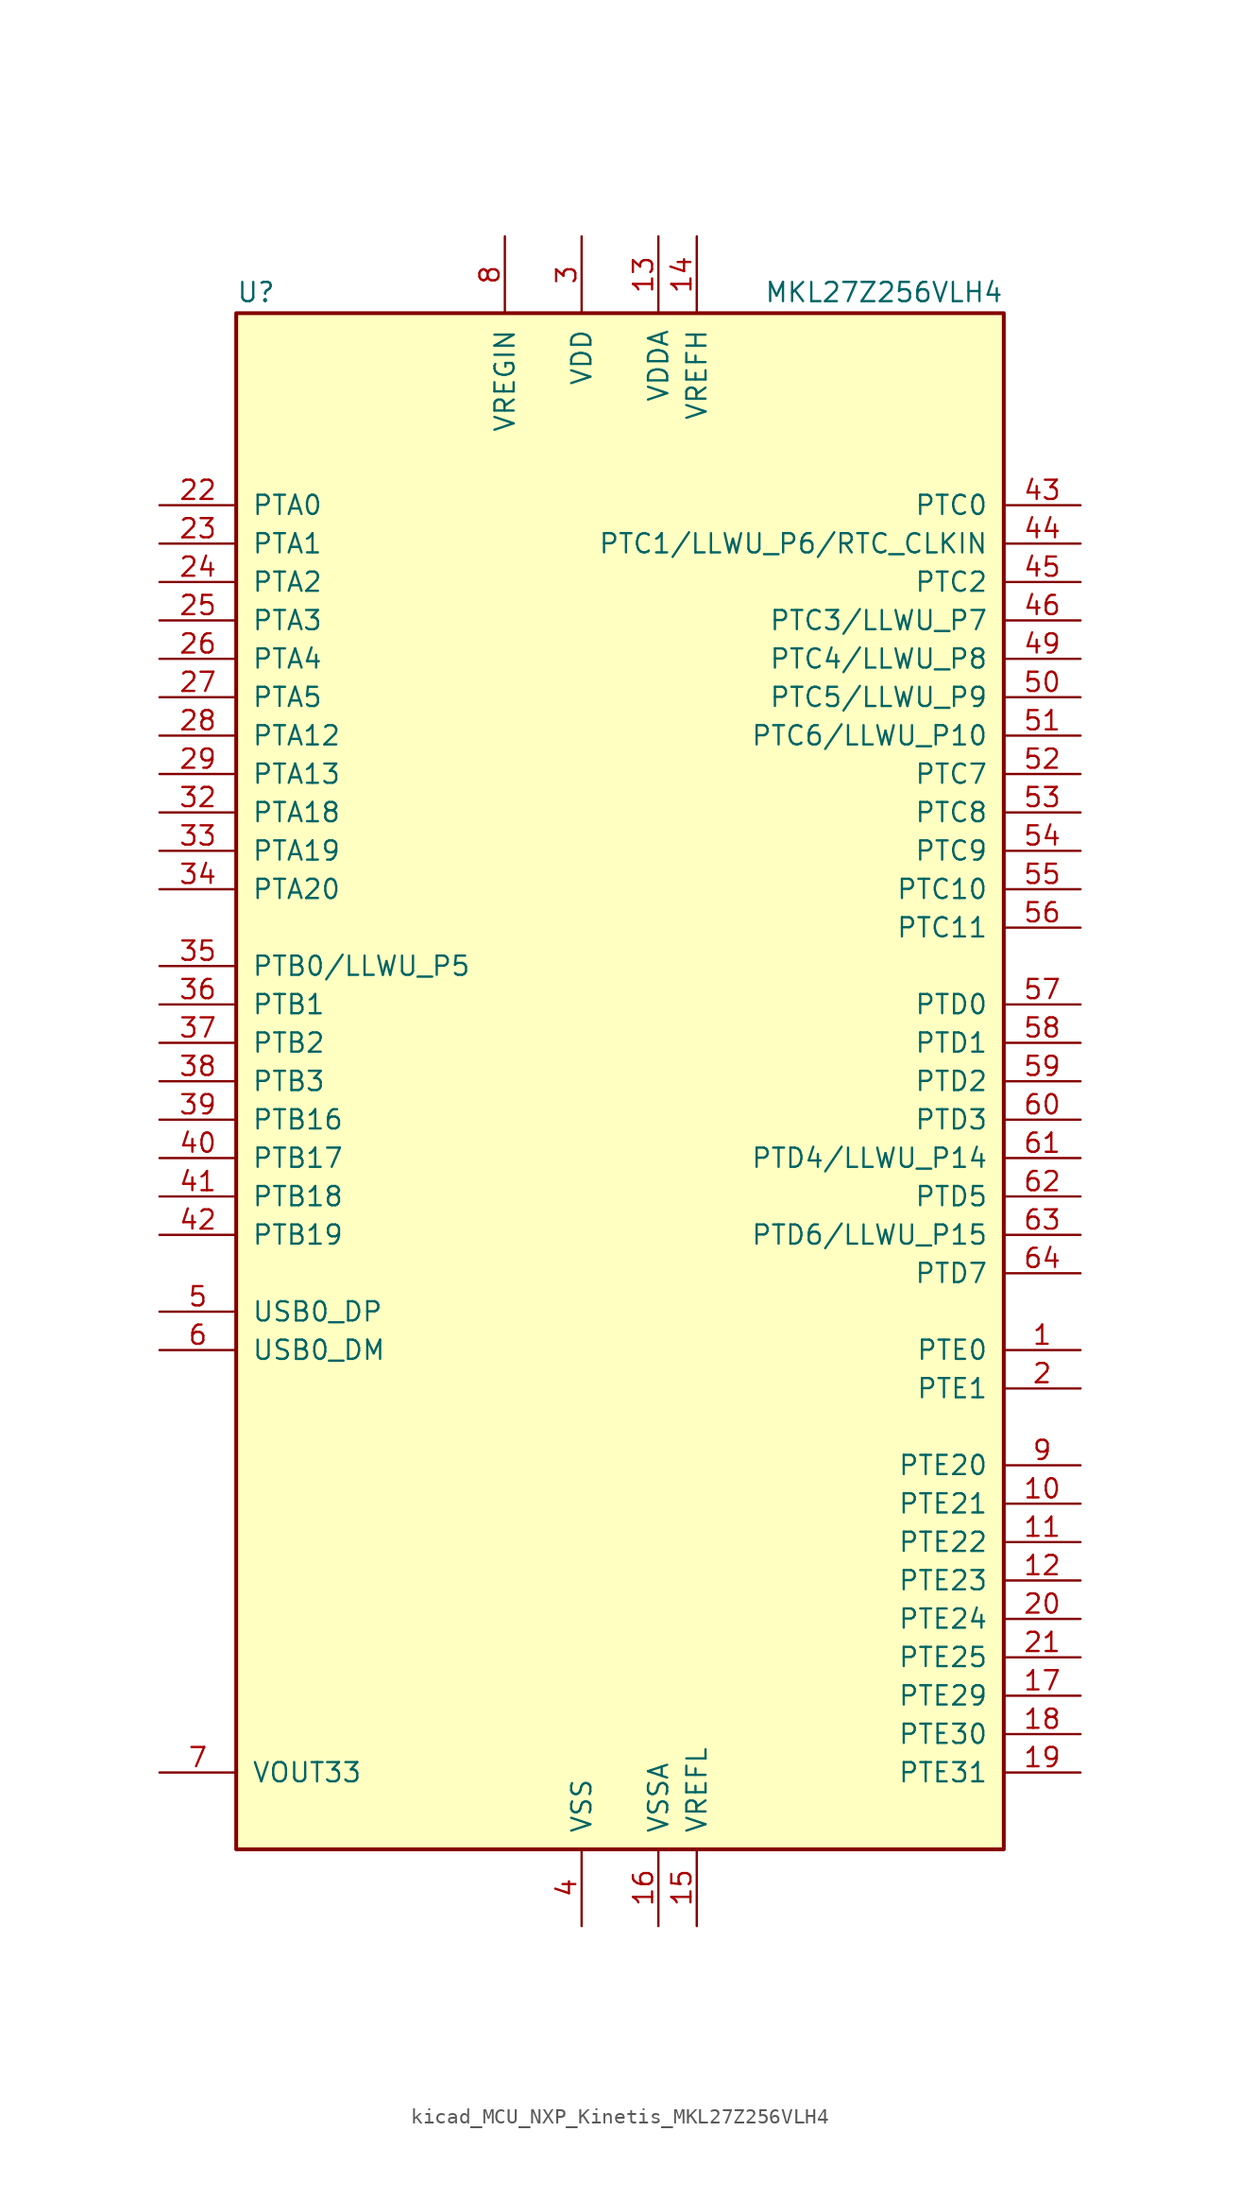
<source format=kicad_sym>
(kicad_symbol_lib
  (version 20220914)
  (generator kicad_symbol_editor)
  (symbol "kicad_MCU_NXP_Kinetis_MKL27Z256VLH4"
    (pin_names
      (offset 1.016))
    (property "Reference" "U"
      (at -25.4 51.435 0)
      (effects (font (size 1.27 1.27)) (justify left bottom)))
    (property "Value" "MKL27Z256VLH4"
      (at 25.4 51.435 0)
      (effects (font (size 1.27 1.27)) (justify right bottom)))
    (symbol "kicad_MCU_NXP_Kinetis_MKL27Z256VLH4_0_1"
      (rectangle (start -25.4 50.8) (end 25.4 -50.8) (stroke (width 0.254) (type default)) (fill (type background))))
    (symbol "kicad_MCU_NXP_Kinetis_MKL27Z256VLH4_1_1"
      (pin bidirectional line (at 30.48 -17.78 180) (length 5.08) (name "PTE0" (effects (font (size 1.27 1.27)))) (number "1" (effects (font (size 1.27 1.27)))))
      (pin bidirectional line (at 30.48 -27.94 180) (length 5.08) (name "PTE21" (effects (font (size 1.27 1.27)))) (number "10" (effects (font (size 1.27 1.27)))))
      (pin bidirectional line (at 30.48 -30.48 180) (length 5.08) (name "PTE22" (effects (font (size 1.27 1.27)))) (number "11" (effects (font (size 1.27 1.27)))))
      (pin bidirectional line (at 30.48 -33.02 180) (length 5.08) (name "PTE23" (effects (font (size 1.27 1.27)))) (number "12" (effects (font (size 1.27 1.27)))))
      (pin power_in line (at 2.54 55.88 270) (length 5.08) (name "VDDA" (effects (font (size 1.27 1.27)))) (number "13" (effects (font (size 1.27 1.27)))))
      (pin power_in line (at 5.08 55.88 270) (length 5.08) (name "VREFH" (effects (font (size 1.27 1.27)))) (number "14" (effects (font (size 1.27 1.27)))))
      (pin power_in line (at 5.08 -55.88 90) (length 5.08) (name "VREFL" (effects (font (size 1.27 1.27)))) (number "15" (effects (font (size 1.27 1.27)))))
      (pin power_in line (at 2.54 -55.88 90) (length 5.08) (name "VSSA" (effects (font (size 1.27 1.27)))) (number "16" (effects (font (size 1.27 1.27)))))
      (pin bidirectional line (at 30.48 -40.64 180) (length 5.08) (name "PTE29" (effects (font (size 1.27 1.27)))) (number "17" (effects (font (size 1.27 1.27)))))
      (pin bidirectional line (at 30.48 -43.18 180) (length 5.08) (name "PTE30" (effects (font (size 1.27 1.27)))) (number "18" (effects (font (size 1.27 1.27)))))
      (pin bidirectional line (at 30.48 -45.72 180) (length 5.08) (name "PTE31" (effects (font (size 1.27 1.27)))) (number "19" (effects (font (size 1.27 1.27)))))
      (pin bidirectional line (at 30.48 -20.32 180) (length 5.08) (name "PTE1" (effects (font (size 1.27 1.27)))) (number "2" (effects (font (size 1.27 1.27)))))
      (pin bidirectional line (at 30.48 -35.56 180) (length 5.08) (name "PTE24" (effects (font (size 1.27 1.27)))) (number "20" (effects (font (size 1.27 1.27)))))
      (pin bidirectional line (at 30.48 -38.1 180) (length 5.08) (name "PTE25" (effects (font (size 1.27 1.27)))) (number "21" (effects (font (size 1.27 1.27)))))
      (pin bidirectional line (at -30.48 38.1 0) (length 5.08) (name "PTA0" (effects (font (size 1.27 1.27)))) (number "22" (effects (font (size 1.27 1.27)))))
      (pin bidirectional line (at -30.48 35.56 0) (length 5.08) (name "PTA1" (effects (font (size 1.27 1.27)))) (number "23" (effects (font (size 1.27 1.27)))))
      (pin bidirectional line (at -30.48 33.02 0) (length 5.08) (name "PTA2" (effects (font (size 1.27 1.27)))) (number "24" (effects (font (size 1.27 1.27)))))
      (pin bidirectional line (at -30.48 30.48 0) (length 5.08) (name "PTA3" (effects (font (size 1.27 1.27)))) (number "25" (effects (font (size 1.27 1.27)))))
      (pin bidirectional line (at -30.48 27.94 0) (length 5.08) (name "PTA4" (effects (font (size 1.27 1.27)))) (number "26" (effects (font (size 1.27 1.27)))))
      (pin bidirectional line (at -30.48 25.4 0) (length 5.08) (name "PTA5" (effects (font (size 1.27 1.27)))) (number "27" (effects (font (size 1.27 1.27)))))
      (pin bidirectional line (at -30.48 22.86 0) (length 5.08) (name "PTA12" (effects (font (size 1.27 1.27)))) (number "28" (effects (font (size 1.27 1.27)))))
      (pin bidirectional line (at -30.48 20.32 0) (length 5.08) (name "PTA13" (effects (font (size 1.27 1.27)))) (number "29" (effects (font (size 1.27 1.27)))))
      (pin power_in line (at -2.54 55.88 270) (length 5.08) (name "VDD" (effects (font (size 1.27 1.27)))) (number "3" (effects (font (size 1.27 1.27)))))
      (pin passive line (at -2.54 55.88 270) (length 5.08) hide (name "VDD" (effects (font (size 1.27 1.27)))) (number "30" (effects (font (size 1.27 1.27)))))
      (pin passive line (at -2.54 -55.88 90) (length 5.08) hide (name "VSS" (effects (font (size 1.27 1.27)))) (number "31" (effects (font (size 1.27 1.27)))))
      (pin bidirectional line (at -30.48 17.78 0) (length 5.08) (name "PTA18" (effects (font (size 1.27 1.27)))) (number "32" (effects (font (size 1.27 1.27)))))
      (pin bidirectional line (at -30.48 15.24 0) (length 5.08) (name "PTA19" (effects (font (size 1.27 1.27)))) (number "33" (effects (font (size 1.27 1.27)))))
      (pin bidirectional line (at -30.48 12.7 0) (length 5.08) (name "PTA20" (effects (font (size 1.27 1.27)))) (number "34" (effects (font (size 1.27 1.27)))))
      (pin bidirectional line (at -30.48 7.62 0) (length 5.08) (name "PTB0/LLWU_P5" (effects (font (size 1.27 1.27)))) (number "35" (effects (font (size 1.27 1.27)))))
      (pin bidirectional line (at -30.48 5.08 0) (length 5.08) (name "PTB1" (effects (font (size 1.27 1.27)))) (number "36" (effects (font (size 1.27 1.27)))))
      (pin bidirectional line (at -30.48 2.54 0) (length 5.08) (name "PTB2" (effects (font (size 1.27 1.27)))) (number "37" (effects (font (size 1.27 1.27)))))
      (pin bidirectional line (at -30.48 0 0) (length 5.08) (name "PTB3" (effects (font (size 1.27 1.27)))) (number "38" (effects (font (size 1.27 1.27)))))
      (pin bidirectional line (at -30.48 -2.54 0) (length 5.08) (name "PTB16" (effects (font (size 1.27 1.27)))) (number "39" (effects (font (size 1.27 1.27)))))
      (pin power_in line (at -2.54 -55.88 90) (length 5.08) (name "VSS" (effects (font (size 1.27 1.27)))) (number "4" (effects (font (size 1.27 1.27)))))
      (pin bidirectional line (at -30.48 -5.08 0) (length 5.08) (name "PTB17" (effects (font (size 1.27 1.27)))) (number "40" (effects (font (size 1.27 1.27)))))
      (pin bidirectional line (at -30.48 -7.62 0) (length 5.08) (name "PTB18" (effects (font (size 1.27 1.27)))) (number "41" (effects (font (size 1.27 1.27)))))
      (pin bidirectional line (at -30.48 -10.16 0) (length 5.08) (name "PTB19" (effects (font (size 1.27 1.27)))) (number "42" (effects (font (size 1.27 1.27)))))
      (pin bidirectional line (at 30.48 38.1 180) (length 5.08) (name "PTC0" (effects (font (size 1.27 1.27)))) (number "43" (effects (font (size 1.27 1.27)))))
      (pin bidirectional line (at 30.48 35.56 180) (length 5.08) (name "PTC1/LLWU_P6/RTC_CLKIN" (effects (font (size 1.27 1.27)))) (number "44" (effects (font (size 1.27 1.27)))))
      (pin bidirectional line (at 30.48 33.02 180) (length 5.08) (name "PTC2" (effects (font (size 1.27 1.27)))) (number "45" (effects (font (size 1.27 1.27)))))
      (pin bidirectional line (at 30.48 30.48 180) (length 5.08) (name "PTC3/LLWU_P7" (effects (font (size 1.27 1.27)))) (number "46" (effects (font (size 1.27 1.27)))))
      (pin passive line (at -2.54 -55.88 90) (length 5.08) hide (name "VSS" (effects (font (size 1.27 1.27)))) (number "47" (effects (font (size 1.27 1.27)))))
      (pin passive line (at -2.54 55.88 270) (length 5.08) hide (name "VDD" (effects (font (size 1.27 1.27)))) (number "48" (effects (font (size 1.27 1.27)))))
      (pin bidirectional line (at 30.48 27.94 180) (length 5.08) (name "PTC4/LLWU_P8" (effects (font (size 1.27 1.27)))) (number "49" (effects (font (size 1.27 1.27)))))
      (pin bidirectional line (at -30.48 -15.24 0) (length 5.08) (name "USB0_DP" (effects (font (size 1.27 1.27)))) (number "5" (effects (font (size 1.27 1.27)))))
      (pin bidirectional line (at 30.48 25.4 180) (length 5.08) (name "PTC5/LLWU_P9" (effects (font (size 1.27 1.27)))) (number "50" (effects (font (size 1.27 1.27)))))
      (pin bidirectional line (at 30.48 22.86 180) (length 5.08) (name "PTC6/LLWU_P10" (effects (font (size 1.27 1.27)))) (number "51" (effects (font (size 1.27 1.27)))))
      (pin bidirectional line (at 30.48 20.32 180) (length 5.08) (name "PTC7" (effects (font (size 1.27 1.27)))) (number "52" (effects (font (size 1.27 1.27)))))
      (pin bidirectional line (at 30.48 17.78 180) (length 5.08) (name "PTC8" (effects (font (size 1.27 1.27)))) (number "53" (effects (font (size 1.27 1.27)))))
      (pin bidirectional line (at 30.48 15.24 180) (length 5.08) (name "PTC9" (effects (font (size 1.27 1.27)))) (number "54" (effects (font (size 1.27 1.27)))))
      (pin bidirectional line (at 30.48 12.7 180) (length 5.08) (name "PTC10" (effects (font (size 1.27 1.27)))) (number "55" (effects (font (size 1.27 1.27)))))
      (pin bidirectional line (at 30.48 10.16 180) (length 5.08) (name "PTC11" (effects (font (size 1.27 1.27)))) (number "56" (effects (font (size 1.27 1.27)))))
      (pin bidirectional line (at 30.48 5.08 180) (length 5.08) (name "PTD0" (effects (font (size 1.27 1.27)))) (number "57" (effects (font (size 1.27 1.27)))))
      (pin bidirectional line (at 30.48 2.54 180) (length 5.08) (name "PTD1" (effects (font (size 1.27 1.27)))) (number "58" (effects (font (size 1.27 1.27)))))
      (pin bidirectional line (at 30.48 0 180) (length 5.08) (name "PTD2" (effects (font (size 1.27 1.27)))) (number "59" (effects (font (size 1.27 1.27)))))
      (pin bidirectional line (at -30.48 -17.78 0) (length 5.08) (name "USB0_DM" (effects (font (size 1.27 1.27)))) (number "6" (effects (font (size 1.27 1.27)))))
      (pin bidirectional line (at 30.48 -2.54 180) (length 5.08) (name "PTD3" (effects (font (size 1.27 1.27)))) (number "60" (effects (font (size 1.27 1.27)))))
      (pin bidirectional line (at 30.48 -5.08 180) (length 5.08) (name "PTD4/LLWU_P14" (effects (font (size 1.27 1.27)))) (number "61" (effects (font (size 1.27 1.27)))))
      (pin bidirectional line (at 30.48 -7.62 180) (length 5.08) (name "PTD5" (effects (font (size 1.27 1.27)))) (number "62" (effects (font (size 1.27 1.27)))))
      (pin bidirectional line (at 30.48 -10.16 180) (length 5.08) (name "PTD6/LLWU_P15" (effects (font (size 1.27 1.27)))) (number "63" (effects (font (size 1.27 1.27)))))
      (pin bidirectional line (at 30.48 -12.7 180) (length 5.08) (name "PTD7" (effects (font (size 1.27 1.27)))) (number "64" (effects (font (size 1.27 1.27)))))
      (pin power_out line (at -30.48 -45.72 0) (length 5.08) (name "VOUT33" (effects (font (size 1.27 1.27)))) (number "7" (effects (font (size 1.27 1.27)))))
      (pin power_in line (at -7.62 55.88 270) (length 5.08) (name "VREGIN" (effects (font (size 1.27 1.27)))) (number "8" (effects (font (size 1.27 1.27)))))
      (pin bidirectional line (at 30.48 -25.4 180) (length 5.08) (name "PTE20" (effects (font (size 1.27 1.27)))) (number "9" (effects (font (size 1.27 1.27))))))))
</source>
